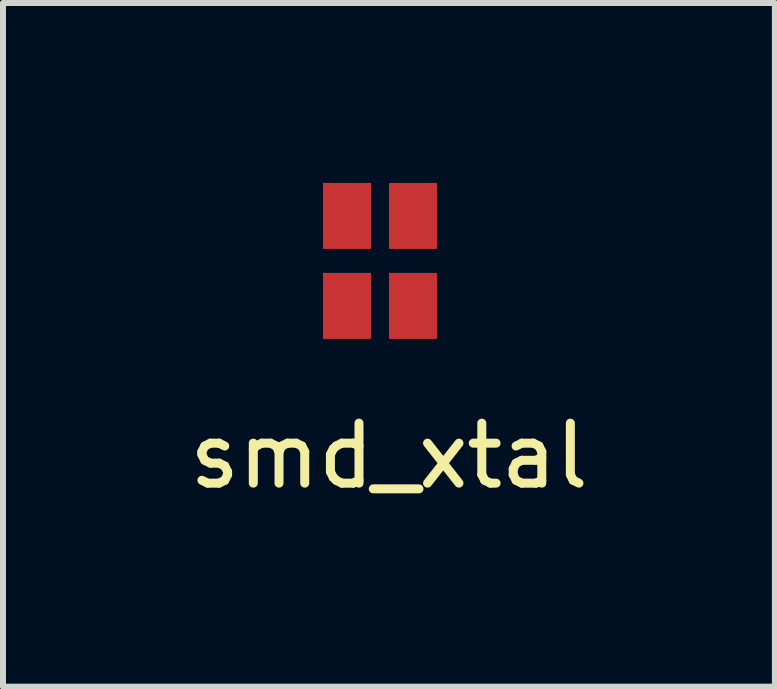
<source format=kicad_pcb>
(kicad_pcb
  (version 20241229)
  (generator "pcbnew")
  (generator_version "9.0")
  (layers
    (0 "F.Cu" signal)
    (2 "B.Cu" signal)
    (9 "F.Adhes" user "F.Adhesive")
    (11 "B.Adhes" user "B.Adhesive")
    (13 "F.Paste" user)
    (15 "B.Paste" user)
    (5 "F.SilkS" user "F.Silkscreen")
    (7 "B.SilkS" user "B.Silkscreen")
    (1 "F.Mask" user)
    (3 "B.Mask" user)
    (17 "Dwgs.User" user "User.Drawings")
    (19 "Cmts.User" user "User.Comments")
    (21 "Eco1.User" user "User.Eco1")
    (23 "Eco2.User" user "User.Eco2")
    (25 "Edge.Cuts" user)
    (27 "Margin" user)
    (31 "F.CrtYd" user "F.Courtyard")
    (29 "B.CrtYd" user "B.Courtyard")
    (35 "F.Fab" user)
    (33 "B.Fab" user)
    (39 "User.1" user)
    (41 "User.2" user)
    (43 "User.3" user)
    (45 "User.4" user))
  (footprint "smd_xtal"
    (layer "F.Cu")
    (at 3.435 1.15)
    (property "Reference" "smd_xtal" (at 0 3.4 0) (layer "F.SilkS") (effects (font (size 1 1) (thickness 0.15))))
    (attr through_hole)
    (pad "1" smd rect (at -0.7 -0.6) (size 0.8 1.1) (layers "F.Cu" "F.Mask" "F.Paste"))
    (pad "2" smd rect (at 0.4 0.9) (size 0.8 1.1) (layers "F.Cu" "F.Mask" "F.Paste"))
    (pad "3" smd rect (at -0.7 0.9) (size 0.8 1.1) (layers "F.Cu" "F.Mask" "F.Paste"))
    (pad "3" smd rect (at 0.4 -0.6) (size 0.8 1.1) (layers "F.Cu" "F.Mask" "F.Paste")))
  (gr_rect
    (start -3 -3)
    (end 9.869 8.398)
    (stroke (width 0.1) (type default))
    (fill no)
    (layer "Edge.Cuts")))
</source>
